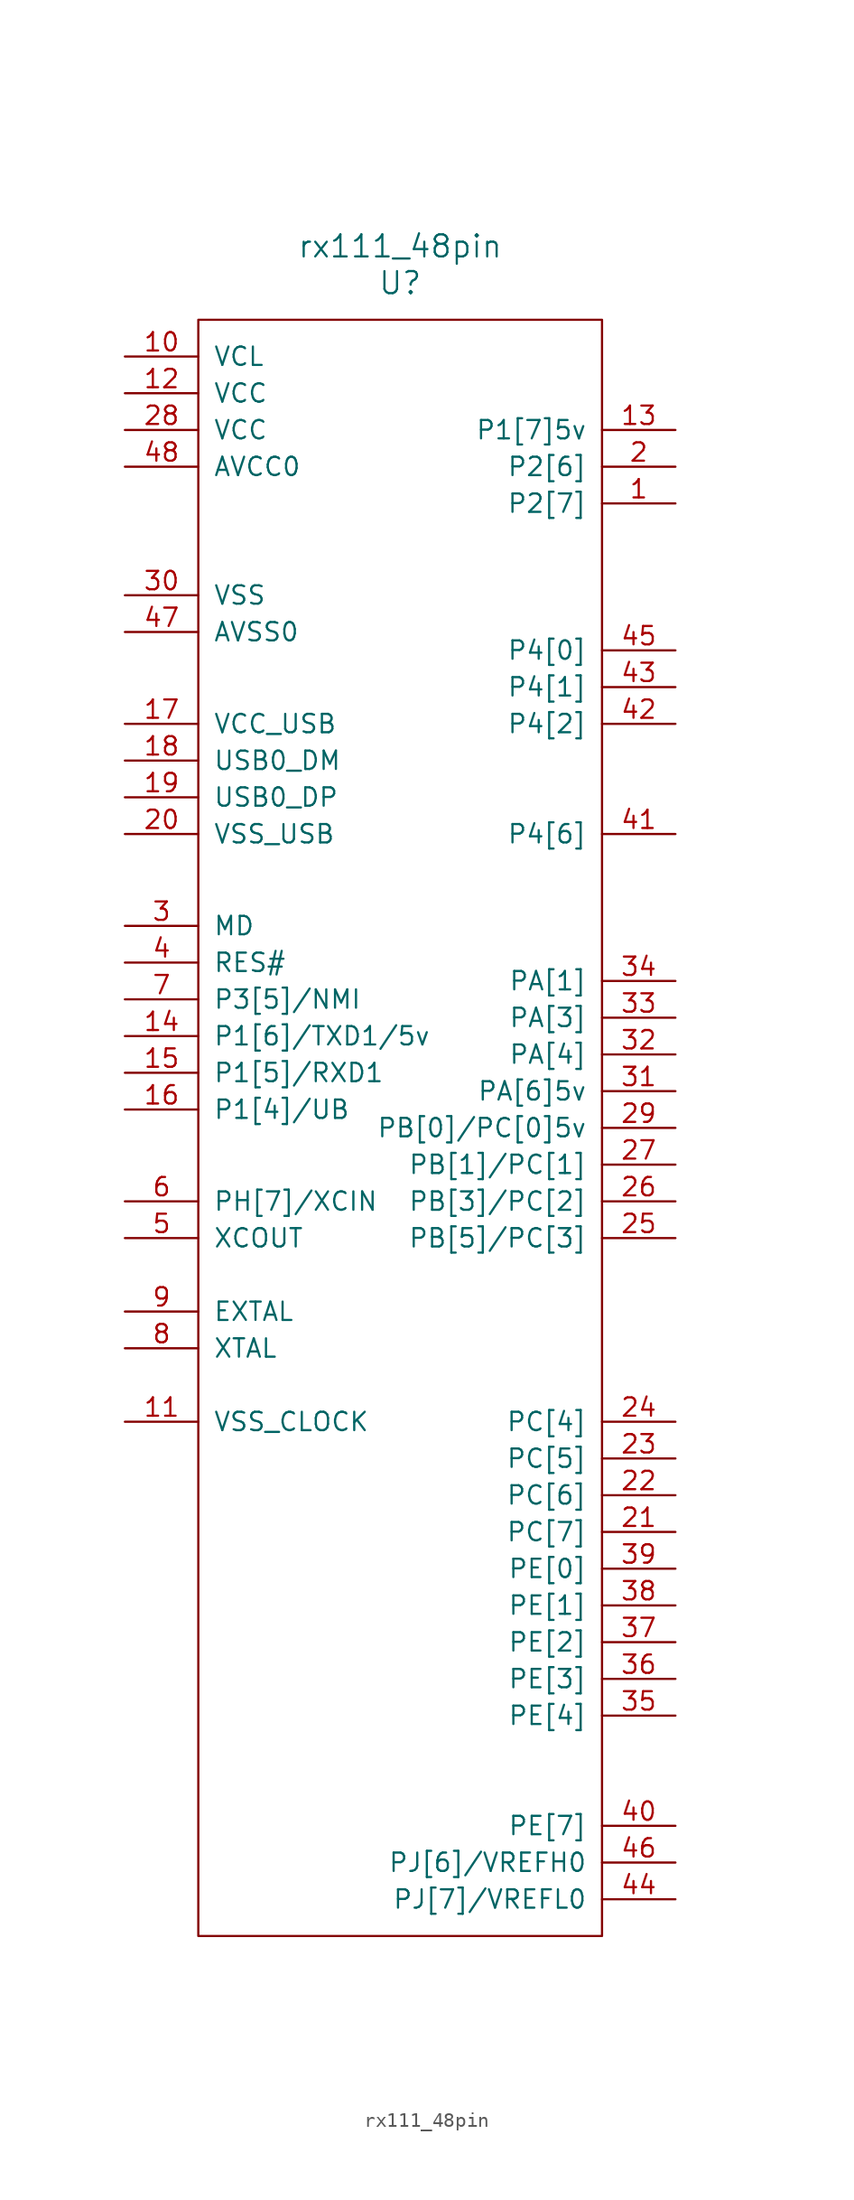
<source format=kicad_sym>
(kicad_symbol_lib
  (version 20211014)
  (generator kicad_symbol_editor)
  (symbol "rx111_48pin"
    (pin_names
      (offset 1.016))
    (property "Reference" "U"
      (at 0 38.1 0)
      (effects (font (size 1.524 1.524))))
    (property "Value" "rx111_48pin"
      (at 0 40.64 0)
      (effects (font (size 1.524 1.524))))
    (property "Footprint" ""
      (at 22.86 34.29 0)
      (effects (font (size 1.524 1.524))))
    (property "Datasheet" ""
      (at 22.86 34.29 0)
      (effects (font (size 1.524 1.524))))
    (symbol "rx111_48pin_0_1"
      (rectangle (start -13.97 35.56) (end 13.97 -76.2) (stroke (width 0) (type default) (color 0 0 0 0)) (fill (type none))))
    (symbol "rx111_48pin_1_1"
      (pin input line (at 19.05 22.86 180) (length 5.08) (name "P2[7]" (effects (font (size 1.27 1.27)))) (number "1" (effects (font (size 1.27 1.27)))))
      (pin input line (at -19.05 33.02 0) (length 5.08) (name "VCL" (effects (font (size 1.27 1.27)))) (number "10" (effects (font (size 1.27 1.27)))))
      (pin input line (at -19.05 -40.64 0) (length 5.08) (name "VSS_CLOCK" (effects (font (size 1.27 1.27)))) (number "11" (effects (font (size 1.27 1.27)))))
      (pin input line (at -19.05 30.48 0) (length 5.08) (name "VCC" (effects (font (size 1.27 1.27)))) (number "12" (effects (font (size 1.27 1.27)))))
      (pin input line (at 19.05 27.94 180) (length 5.08) (name "P1[7]5v" (effects (font (size 1.27 1.27)))) (number "13" (effects (font (size 1.27 1.27)))))
      (pin input line (at -19.05 -13.97 0) (length 5.08) (name "P1[6]/TXD1/5v" (effects (font (size 1.27 1.27)))) (number "14" (effects (font (size 1.27 1.27)))))
      (pin input line (at -19.05 -16.51 0) (length 5.08) (name "P1[5]/RXD1" (effects (font (size 1.27 1.27)))) (number "15" (effects (font (size 1.27 1.27)))))
      (pin input line (at -19.05 -19.05 0) (length 5.08) (name "P1[4]/UB" (effects (font (size 1.27 1.27)))) (number "16" (effects (font (size 1.27 1.27)))))
      (pin input line (at -19.05 7.62 0) (length 5.08) (name "VCC_USB" (effects (font (size 1.27 1.27)))) (number "17" (effects (font (size 1.27 1.27)))))
      (pin input line (at -19.05 5.08 0) (length 5.08) (name "USB0_DM" (effects (font (size 1.27 1.27)))) (number "18" (effects (font (size 1.27 1.27)))))
      (pin input line (at -19.05 2.54 0) (length 5.08) (name "USB0_DP" (effects (font (size 1.27 1.27)))) (number "19" (effects (font (size 1.27 1.27)))))
      (pin input line (at 19.05 25.4 180) (length 5.08) (name "P2[6]" (effects (font (size 1.27 1.27)))) (number "2" (effects (font (size 1.27 1.27)))))
      (pin input line (at -19.05 0 0) (length 5.08) (name "VSS_USB" (effects (font (size 1.27 1.27)))) (number "20" (effects (font (size 1.27 1.27)))))
      (pin input line (at 19.05 -48.26 180) (length 5.08) (name "PC[7]" (effects (font (size 1.27 1.27)))) (number "21" (effects (font (size 1.27 1.27)))))
      (pin input line (at 19.05 -45.72 180) (length 5.08) (name "PC[6]" (effects (font (size 1.27 1.27)))) (number "22" (effects (font (size 1.27 1.27)))))
      (pin input line (at 19.05 -43.18 180) (length 5.08) (name "PC[5]" (effects (font (size 1.27 1.27)))) (number "23" (effects (font (size 1.27 1.27)))))
      (pin input line (at 19.05 -40.64 180) (length 5.08) (name "PC[4]" (effects (font (size 1.27 1.27)))) (number "24" (effects (font (size 1.27 1.27)))))
      (pin input line (at 19.05 -27.94 180) (length 5.08) (name "PB[5]/PC[3]" (effects (font (size 1.27 1.27)))) (number "25" (effects (font (size 1.27 1.27)))))
      (pin input line (at 19.05 -25.4 180) (length 5.08) (name "PB[3]/PC[2]" (effects (font (size 1.27 1.27)))) (number "26" (effects (font (size 1.27 1.27)))))
      (pin input line (at 19.05 -22.86 180) (length 5.08) (name "PB[1]/PC[1]" (effects (font (size 1.27 1.27)))) (number "27" (effects (font (size 1.27 1.27)))))
      (pin input line (at -19.05 27.94 0) (length 5.08) (name "VCC" (effects (font (size 1.27 1.27)))) (number "28" (effects (font (size 1.27 1.27)))))
      (pin input line (at 19.05 -20.32 180) (length 5.08) (name "PB[0]/PC[0]5v" (effects (font (size 1.27 1.27)))) (number "29" (effects (font (size 1.27 1.27)))))
      (pin input line (at -19.05 -6.35 0) (length 5.08) (name "MD" (effects (font (size 1.27 1.27)))) (number "3" (effects (font (size 1.27 1.27)))))
      (pin input line (at -19.05 16.51 0) (length 5.08) (name "VSS" (effects (font (size 1.27 1.27)))) (number "30" (effects (font (size 1.27 1.27)))))
      (pin input line (at 19.05 -17.78 180) (length 5.08) (name "PA[6]5v" (effects (font (size 1.27 1.27)))) (number "31" (effects (font (size 1.27 1.27)))))
      (pin input line (at 19.05 -15.24 180) (length 5.08) (name "PA[4]" (effects (font (size 1.27 1.27)))) (number "32" (effects (font (size 1.27 1.27)))))
      (pin input line (at 19.05 -12.7 180) (length 5.08) (name "PA[3]" (effects (font (size 1.27 1.27)))) (number "33" (effects (font (size 1.27 1.27)))))
      (pin input line (at 19.05 -10.16 180) (length 5.08) (name "PA[1]" (effects (font (size 1.27 1.27)))) (number "34" (effects (font (size 1.27 1.27)))))
      (pin input line (at 19.05 -60.96 180) (length 5.08) (name "PE[4]" (effects (font (size 1.27 1.27)))) (number "35" (effects (font (size 1.27 1.27)))))
      (pin input line (at 19.05 -58.42 180) (length 5.08) (name "PE[3]" (effects (font (size 1.27 1.27)))) (number "36" (effects (font (size 1.27 1.27)))))
      (pin input line (at 19.05 -55.88 180) (length 5.08) (name "PE[2]" (effects (font (size 1.27 1.27)))) (number "37" (effects (font (size 1.27 1.27)))))
      (pin input line (at 19.05 -53.34 180) (length 5.08) (name "PE[1]" (effects (font (size 1.27 1.27)))) (number "38" (effects (font (size 1.27 1.27)))))
      (pin input line (at 19.05 -50.8 180) (length 5.08) (name "PE[0]" (effects (font (size 1.27 1.27)))) (number "39" (effects (font (size 1.27 1.27)))))
      (pin input line (at -19.05 -8.89 0) (length 5.08) (name "RES#" (effects (font (size 1.27 1.27)))) (number "4" (effects (font (size 1.27 1.27)))))
      (pin input line (at 19.05 -68.58 180) (length 5.08) (name "PE[7]" (effects (font (size 1.27 1.27)))) (number "40" (effects (font (size 1.27 1.27)))))
      (pin input line (at 19.05 0 180) (length 5.08) (name "P4[6]" (effects (font (size 1.27 1.27)))) (number "41" (effects (font (size 1.27 1.27)))))
      (pin input line (at 19.05 7.62 180) (length 5.08) (name "P4[2]" (effects (font (size 1.27 1.27)))) (number "42" (effects (font (size 1.27 1.27)))))
      (pin input line (at 19.05 10.16 180) (length 5.08) (name "P4[1]" (effects (font (size 1.27 1.27)))) (number "43" (effects (font (size 1.27 1.27)))))
      (pin input line (at 19.05 -73.66 180) (length 5.08) (name "PJ[7]/VREFL0" (effects (font (size 1.27 1.27)))) (number "44" (effects (font (size 1.27 1.27)))))
      (pin input line (at 19.05 12.7 180) (length 5.08) (name "P4[0]" (effects (font (size 1.27 1.27)))) (number "45" (effects (font (size 1.27 1.27)))))
      (pin input line (at 19.05 -71.12 180) (length 5.08) (name "PJ[6]/VREFH0" (effects (font (size 1.27 1.27)))) (number "46" (effects (font (size 1.27 1.27)))))
      (pin input line (at -19.05 13.97 0) (length 5.08) (name "AVSS0" (effects (font (size 1.27 1.27)))) (number "47" (effects (font (size 1.27 1.27)))))
      (pin input line (at -19.05 25.4 0) (length 5.08) (name "AVCC0" (effects (font (size 1.27 1.27)))) (number "48" (effects (font (size 1.27 1.27)))))
      (pin input line (at -19.05 -27.94 0) (length 5.08) (name "XCOUT" (effects (font (size 1.27 1.27)))) (number "5" (effects (font (size 1.27 1.27)))))
      (pin input line (at -19.05 -25.4 0) (length 5.08) (name "PH[7]/XCIN" (effects (font (size 1.27 1.27)))) (number "6" (effects (font (size 1.27 1.27)))))
      (pin input line (at -19.05 -11.43 0) (length 5.08) (name "P3[5]/NMI" (effects (font (size 1.27 1.27)))) (number "7" (effects (font (size 1.27 1.27)))))
      (pin input line (at -19.05 -35.56 0) (length 5.08) (name "XTAL" (effects (font (size 1.27 1.27)))) (number "8" (effects (font (size 1.27 1.27)))))
      (pin input line (at -19.05 -33.02 0) (length 5.08) (name "EXTAL" (effects (font (size 1.27 1.27)))) (number "9" (effects (font (size 1.27 1.27))))))))
</source>
